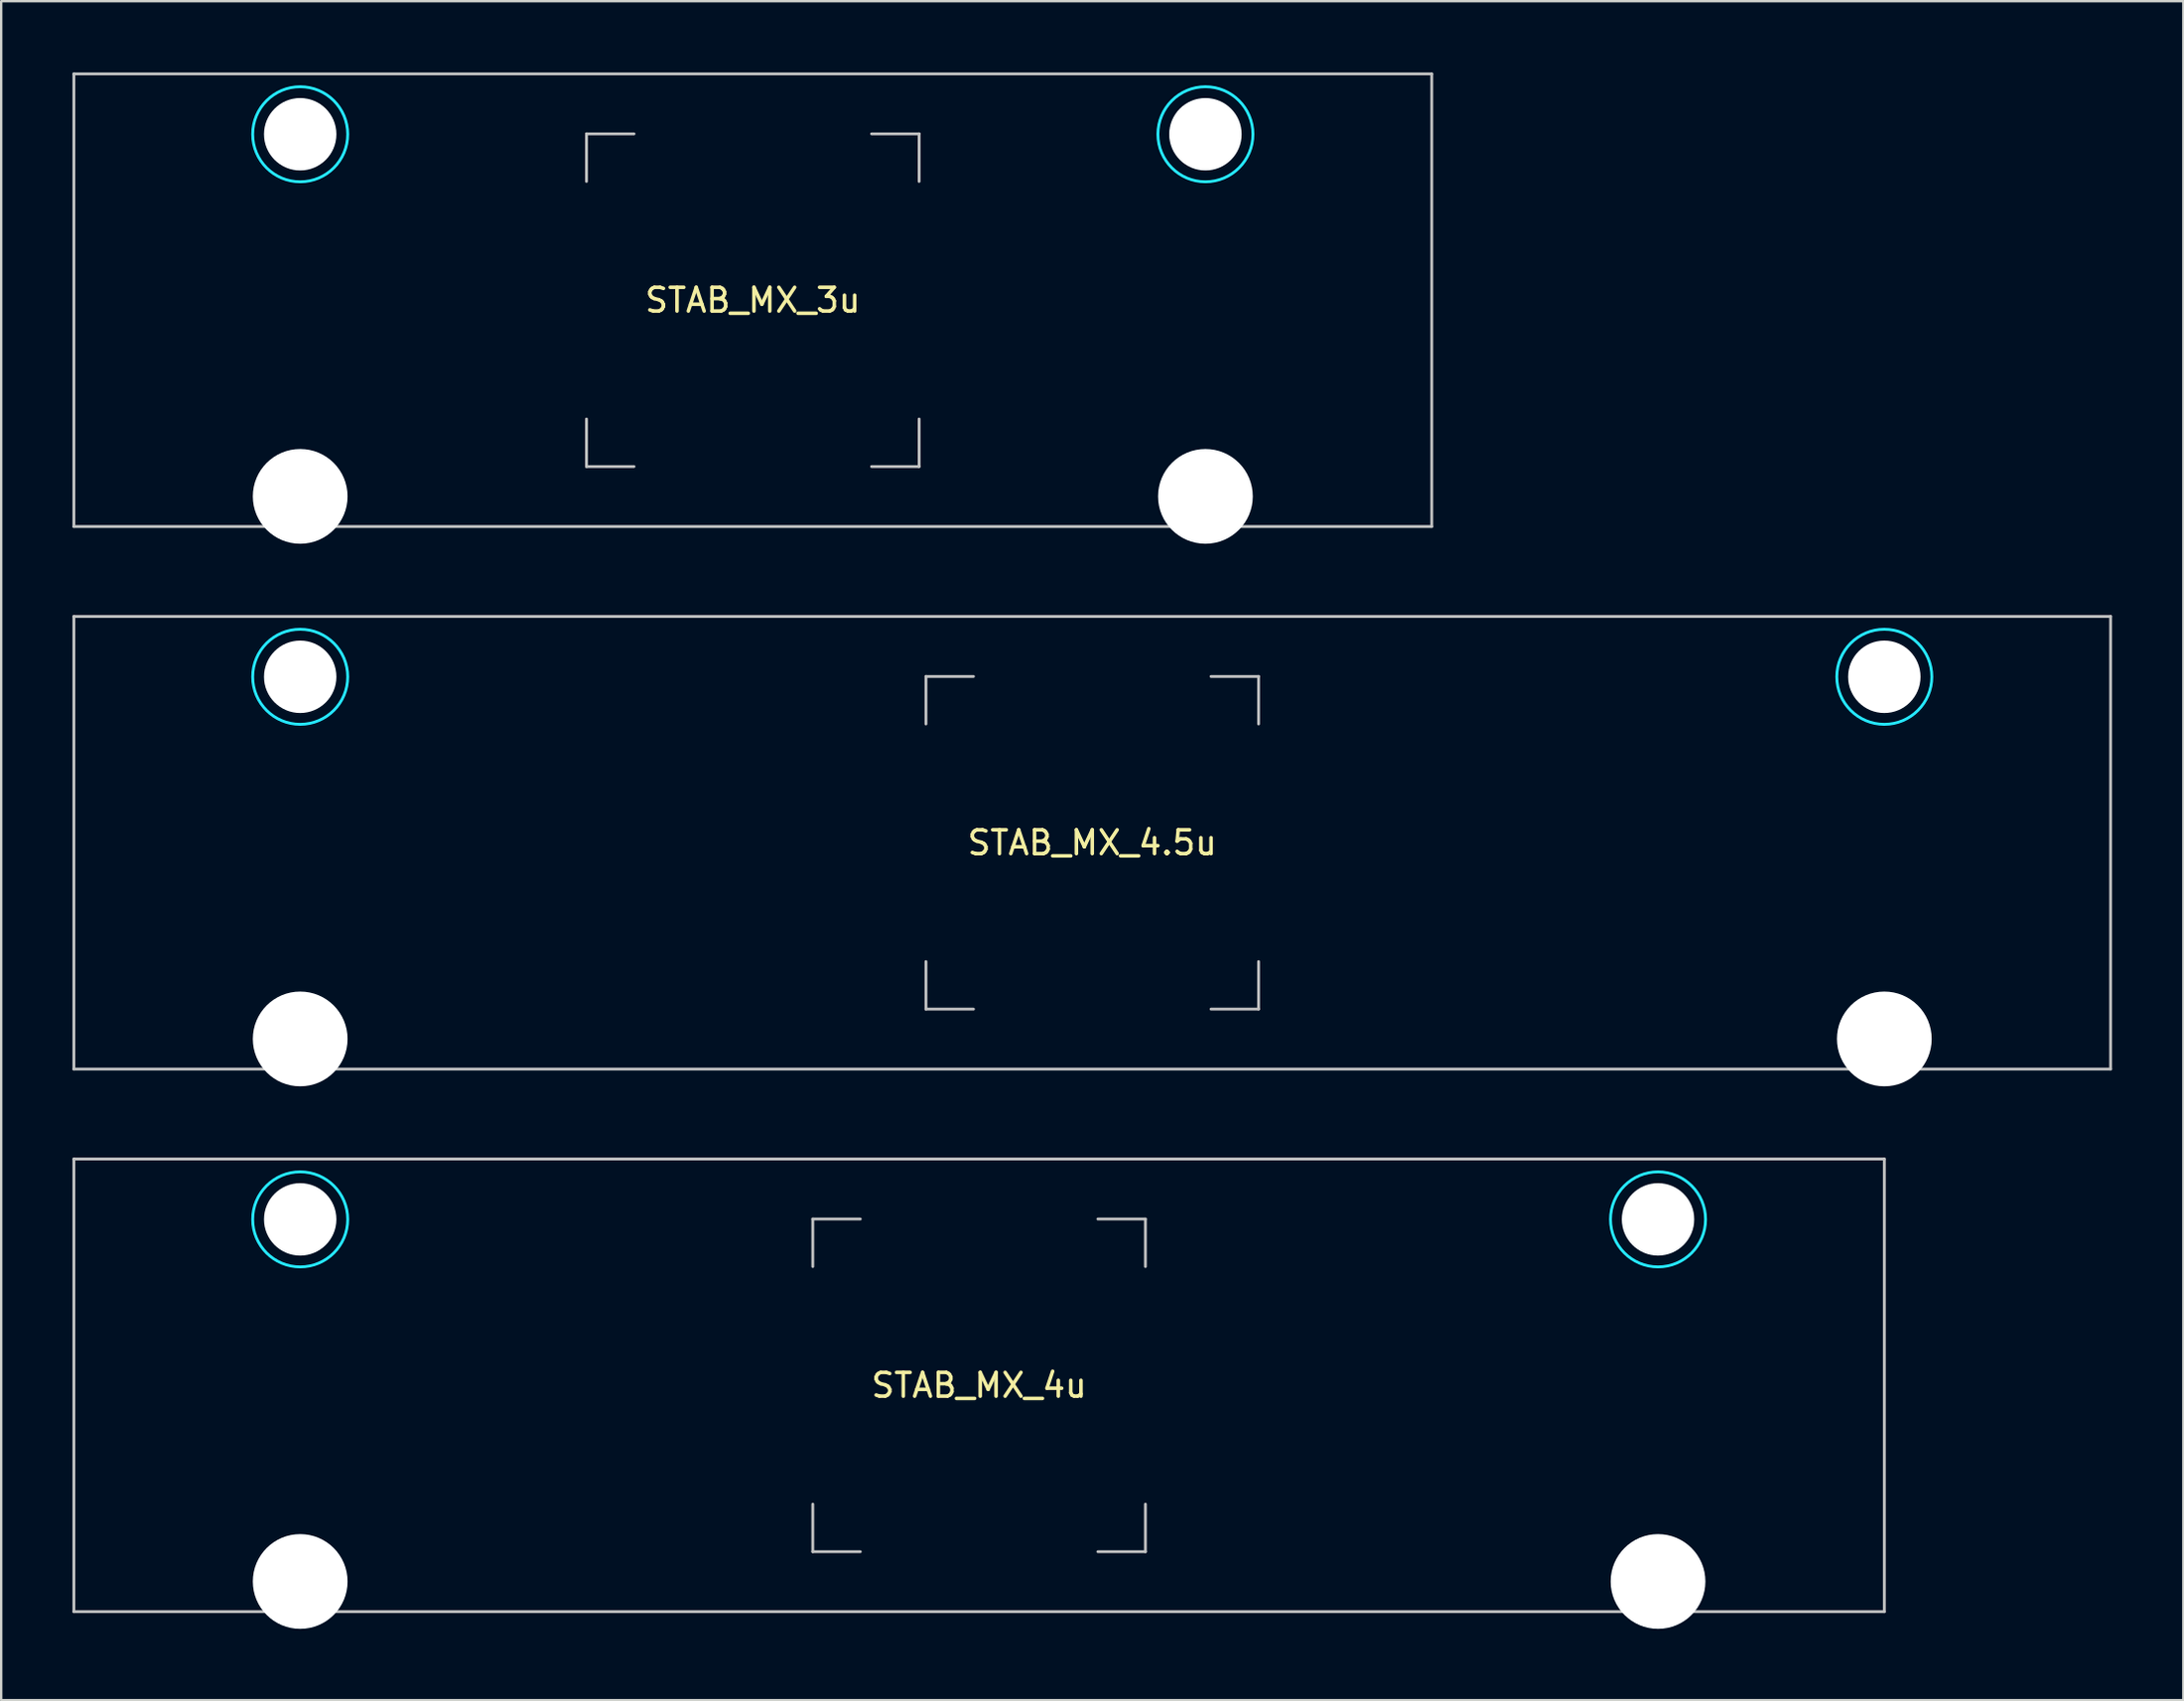
<source format=kicad_pcb>
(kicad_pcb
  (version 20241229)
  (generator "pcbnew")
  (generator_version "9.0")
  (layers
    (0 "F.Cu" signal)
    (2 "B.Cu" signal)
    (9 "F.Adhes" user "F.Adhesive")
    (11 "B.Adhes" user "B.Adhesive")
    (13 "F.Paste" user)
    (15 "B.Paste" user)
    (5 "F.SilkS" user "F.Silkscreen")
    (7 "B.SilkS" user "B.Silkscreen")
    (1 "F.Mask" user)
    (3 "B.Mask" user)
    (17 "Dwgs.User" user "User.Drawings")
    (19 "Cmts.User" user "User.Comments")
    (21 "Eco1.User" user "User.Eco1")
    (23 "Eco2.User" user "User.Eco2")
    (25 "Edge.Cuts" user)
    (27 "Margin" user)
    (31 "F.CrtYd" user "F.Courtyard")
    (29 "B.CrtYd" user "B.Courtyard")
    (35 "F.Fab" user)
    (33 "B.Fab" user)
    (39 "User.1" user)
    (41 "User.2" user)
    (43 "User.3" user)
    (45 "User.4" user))
  (footprint "STAB_MX_4.5u"
    (layer "F.Cu")
    (at 42.922 32.419)
    (property "Reference" "STAB_MX_4.5u" (at 0 0 0) (layer "F.SilkS") (effects (font (size 1 1) (thickness 0.15))))
    (attr through_hole exclude_from_pos_files exclude_from_bom)
    (fp_line (start -42.862 -9.525) (end -42.862 9.525) (stroke (width 0.12) (type solid)) (layer "Dwgs.User"))
    (fp_line (start -42.862 -9.525) (end 42.862 -9.525) (stroke (width 0.12) (type solid)) (layer "Dwgs.User"))
    (fp_line (start -42.862 9.525) (end 42.862 9.525) (stroke (width 0.12) (type solid)) (layer "Dwgs.User"))
    (fp_line (start -7 -7) (end -5 -7) (stroke (width 0.12) (type solid)) (layer "Dwgs.User"))
    (fp_line (start -7 -5) (end -7 -7) (stroke (width 0.12) (type solid)) (layer "Dwgs.User"))
    (fp_line (start -7 7) (end -7 5) (stroke (width 0.12) (type solid)) (layer "Dwgs.User"))
    (fp_line (start -5 7) (end -7 7) (stroke (width 0.12) (type solid)) (layer "Dwgs.User"))
    (fp_line (start 5 -7) (end 7 -7) (stroke (width 0.12) (type solid)) (layer "Dwgs.User"))
    (fp_line (start 5 7) (end 7 7) (stroke (width 0.12) (type solid)) (layer "Dwgs.User"))
    (fp_line (start 7 -7) (end 7 -5) (stroke (width 0.12) (type solid)) (layer "Dwgs.User"))
    (fp_line (start 7 7) (end 7 5) (stroke (width 0.12) (type solid)) (layer "Dwgs.User"))
    (fp_line (start 42.862 -9.525) (end 42.862 9.525) (stroke (width 0.12) (type solid)) (layer "Dwgs.User"))
    (fp_line (start -36.712 -5.5) (end -36.712 7.5) (stroke (width 0.05) (type solid)) (layer "Eco2.User"))
    (fp_line (start -36.212 -6) (end -30.462 -6) (stroke (width 0.05) (type solid)) (layer "Eco2.User"))
    (fp_line (start -36.212 8) (end -30.462 8) (stroke (width 0.05) (type solid)) (layer "Eco2.User"))
    (fp_line (start -29.962 -5.5) (end -29.962 7.5) (stroke (width 0.05) (type solid)) (layer "Eco2.User"))
    (fp_line (start 29.962 -5.5) (end 29.962 7.5) (stroke (width 0.05) (type solid)) (layer "Eco2.User"))
    (fp_line (start 30.462 -6) (end 36.211 -6) (stroke (width 0.05) (type solid)) (layer "Eco2.User"))
    (fp_line (start 30.462 8) (end 36.212 8) (stroke (width 0.05) (type solid)) (layer "Eco2.User"))
    (fp_line (start 36.711 -5.5) (end 36.712 7.5) (stroke (width 0.05) (type solid)) (layer "Eco2.User"))
    (fp_arc (start -36.7125 -5.499999) (mid -36.566053 -5.853552) (end -36.2125 -5.999999) (stroke (width 0.05) (type solid)) (layer "Eco2.User"))
    (fp_arc (start -36.2125 8.000001) (mid -36.566053 7.853554) (end -36.7125 7.500001) (stroke (width 0.05) (type solid)) (layer "Eco2.User"))
    (fp_arc (start -30.4625 -5.999999) (mid -30.108947 -5.853552) (end -29.9625 -5.499999) (stroke (width 0.05) (type solid)) (layer "Eco2.User"))
    (fp_arc (start -29.9625 7.500001) (mid -30.108947 7.853554) (end -30.4625 8.000001) (stroke (width 0.05) (type solid)) (layer "Eco2.User"))
    (fp_arc (start 29.9625 -5.499999) (mid 30.108946 -5.853553) (end 30.4625 -5.999999) (stroke (width 0.05) (type solid)) (layer "Eco2.User"))
    (fp_arc (start 30.4625 8.000001) (mid 30.108946 7.853554) (end 29.9625 7.500001) (stroke (width 0.05) (type solid)) (layer "Eco2.User"))
    (fp_arc (start 36.211289 -5.999999) (mid 36.564849 -5.853556) (end 36.711289 -5.499999) (stroke (width 0.05) (type solid)) (layer "Eco2.User"))
    (fp_arc (start 36.7125 7.500001) (mid 36.566053 7.853554) (end 36.2125 8.000001) (stroke (width 0.05) (type solid)) (layer "Eco2.User"))
    (fp_circle (center -33.337 -6.985) (end -31.337 -6.985) (stroke (width 0.12) (type solid)) (fill no) (layer "B.CrtYd"))
    (fp_circle (center 33.337 -6.985) (end 35.337 -6.985) (stroke (width 0.12) (type solid)) (fill no) (layer "B.CrtYd"))
    (pad "" np_thru_hole circle (at -33.337 -6.985) (size 3.048 3.048) (drill 3.048) (layers "*.Cu" "*.Mask"))
    (pad "" np_thru_hole circle (at -33.337 8.255) (size 3.988 3.988) (drill 3.988) (layers "*.Cu" "*.Mask"))
    (pad "" np_thru_hole circle (at 33.337 -6.985) (size 3.048 3.048) (drill 3.048) (layers "*.Cu" "*.Mask"))
    (pad "" np_thru_hole circle (at 33.337 8.255) (size 3.988 3.988) (drill 3.988) (layers "*.Cu" "*.Mask")))
  (footprint "STAB_MX_3u"
    (layer "F.Cu")
    (at 28.635 9.585)
    (property "Reference" "STAB_MX_3u" (at 0 0 0) (layer "F.SilkS") (effects (font (size 1 1) (thickness 0.15))))
    (attr through_hole exclude_from_pos_files exclude_from_bom)
    (fp_line (start -28.575 -9.525) (end -28.575 9.525) (stroke (width 0.12) (type solid)) (layer "Dwgs.User"))
    (fp_line (start -28.575 -9.525) (end 28.575 -9.525) (stroke (width 0.12) (type solid)) (layer "Dwgs.User"))
    (fp_line (start -28.575 9.525) (end 28.575 9.525) (stroke (width 0.12) (type solid)) (layer "Dwgs.User"))
    (fp_line (start -7 -7) (end -5 -7) (stroke (width 0.12) (type solid)) (layer "Dwgs.User"))
    (fp_line (start -7 -5) (end -7 -7) (stroke (width 0.12) (type solid)) (layer "Dwgs.User"))
    (fp_line (start -7 7) (end -7 5) (stroke (width 0.12) (type solid)) (layer "Dwgs.User"))
    (fp_line (start -5 7) (end -7 7) (stroke (width 0.12) (type solid)) (layer "Dwgs.User"))
    (fp_line (start 5 -7) (end 7 -7) (stroke (width 0.12) (type solid)) (layer "Dwgs.User"))
    (fp_line (start 5 7) (end 7 7) (stroke (width 0.12) (type solid)) (layer "Dwgs.User"))
    (fp_line (start 7 -7) (end 7 -5) (stroke (width 0.12) (type solid)) (layer "Dwgs.User"))
    (fp_line (start 7 7) (end 7 5) (stroke (width 0.12) (type solid)) (layer "Dwgs.User"))
    (fp_line (start 28.575 -9.525) (end 28.575 9.525) (stroke (width 0.12) (type solid)) (layer "Dwgs.User"))
    (fp_line (start -22.425 -5.5) (end -22.425 7.5) (stroke (width 0.05) (type solid)) (layer "Eco2.User"))
    (fp_line (start -21.925 -6) (end -16.175 -6) (stroke (width 0.05) (type solid)) (layer "Eco2.User"))
    (fp_line (start -21.925 8) (end -16.175 8) (stroke (width 0.05) (type solid)) (layer "Eco2.User"))
    (fp_line (start -15.675 -5.5) (end -15.675 7.5) (stroke (width 0.05) (type solid)) (layer "Eco2.User"))
    (fp_line (start 15.675 -5.5) (end 15.675 7.5) (stroke (width 0.05) (type solid)) (layer "Eco2.User"))
    (fp_line (start 16.175 -6) (end 21.924 -6) (stroke (width 0.05) (type solid)) (layer "Eco2.User"))
    (fp_line (start 16.175 8) (end 21.925 8) (stroke (width 0.05) (type solid)) (layer "Eco2.User"))
    (fp_line (start 22.424 -5.5) (end 22.425 7.5) (stroke (width 0.05) (type solid)) (layer "Eco2.User"))
    (fp_arc (start -22.425 -5.499999) (mid -22.278553 -5.853552) (end -21.925 -5.999999) (stroke (width 0.05) (type solid)) (layer "Eco2.User"))
    (fp_arc (start -21.925 8.000001) (mid -22.278553 7.853554) (end -22.425 7.500001) (stroke (width 0.05) (type solid)) (layer "Eco2.User"))
    (fp_arc (start -16.175 -5.999999) (mid -15.821447 -5.853552) (end -15.675 -5.499999) (stroke (width 0.05) (type solid)) (layer "Eco2.User"))
    (fp_arc (start -15.675 7.500001) (mid -15.821447 7.853554) (end -16.175 8.000001) (stroke (width 0.05) (type solid)) (layer "Eco2.User"))
    (fp_arc (start 15.675 -5.499999) (mid 15.821447 -5.853552) (end 16.175 -5.999999) (stroke (width 0.05) (type solid)) (layer "Eco2.User"))
    (fp_arc (start 16.175 8.000001) (mid 15.821447 7.853554) (end 15.675 7.500001) (stroke (width 0.05) (type solid)) (layer "Eco2.User"))
    (fp_arc (start 21.923789 -5.999999) (mid 22.277342 -5.853552) (end 22.423789 -5.499999) (stroke (width 0.05) (type solid)) (layer "Eco2.User"))
    (fp_arc (start 22.425 7.500001) (mid 22.278553 7.853554) (end 21.925 8.000001) (stroke (width 0.05) (type solid)) (layer "Eco2.User"))
    (fp_circle (center -19.05 -6.985) (end -17.05 -6.985) (stroke (width 0.12) (type solid)) (fill no) (layer "B.CrtYd"))
    (fp_circle (center 19.05 -6.985) (end 21.05 -6.985) (stroke (width 0.12) (type solid)) (fill no) (layer "B.CrtYd"))
    (pad "" np_thru_hole circle (at -19.05 -6.985) (size 3.048 3.048) (drill 3.048) (layers "*.Cu" "*.Mask"))
    (pad "" np_thru_hole circle (at -19.05 8.255) (size 3.988 3.988) (drill 3.988) (layers "*.Cu" "*.Mask"))
    (pad "" np_thru_hole circle (at 19.05 -6.985) (size 3.048 3.048) (drill 3.048) (layers "*.Cu" "*.Mask"))
    (pad "" np_thru_hole circle (at 19.05 8.255) (size 3.988 3.988) (drill 3.988) (layers "*.Cu" "*.Mask")))
  (footprint "STAB_MX_4u"
    (layer "F.Cu")
    (at 38.16 55.253)
    (property "Reference" "STAB_MX_4u" (at 0 0 0) (layer "F.SilkS") (effects (font (size 1 1) (thickness 0.15))))
    (attr through_hole exclude_from_pos_files exclude_from_bom)
    (fp_line (start -38.1 -9.525) (end -38.1 9.525) (stroke (width 0.12) (type solid)) (layer "Dwgs.User"))
    (fp_line (start -38.1 -9.525) (end 38.1 -9.525) (stroke (width 0.12) (type solid)) (layer "Dwgs.User"))
    (fp_line (start -38.1 9.525) (end 38.1 9.525) (stroke (width 0.12) (type solid)) (layer "Dwgs.User"))
    (fp_line (start -7 -7) (end -5 -7) (stroke (width 0.12) (type solid)) (layer "Dwgs.User"))
    (fp_line (start -7 -5) (end -7 -7) (stroke (width 0.12) (type solid)) (layer "Dwgs.User"))
    (fp_line (start -7 7) (end -7 5) (stroke (width 0.12) (type solid)) (layer "Dwgs.User"))
    (fp_line (start -5 7) (end -7 7) (stroke (width 0.12) (type solid)) (layer "Dwgs.User"))
    (fp_line (start 5 -7) (end 7 -7) (stroke (width 0.12) (type solid)) (layer "Dwgs.User"))
    (fp_line (start 5 7) (end 7 7) (stroke (width 0.12) (type solid)) (layer "Dwgs.User"))
    (fp_line (start 7 -7) (end 7 -5) (stroke (width 0.12) (type solid)) (layer "Dwgs.User"))
    (fp_line (start 7 7) (end 7 5) (stroke (width 0.12) (type solid)) (layer "Dwgs.User"))
    (fp_line (start 38.1 -9.525) (end 38.1 9.525) (stroke (width 0.12) (type solid)) (layer "Dwgs.User"))
    (fp_line (start -31.95 -5.5) (end -31.95 7.5) (stroke (width 0.05) (type solid)) (layer "Eco2.User"))
    (fp_line (start -31.45 -6) (end -25.7 -6) (stroke (width 0.05) (type solid)) (layer "Eco2.User"))
    (fp_line (start -31.45 8) (end -25.7 8) (stroke (width 0.05) (type solid)) (layer "Eco2.User"))
    (fp_line (start -25.2 -5.5) (end -25.2 7.5) (stroke (width 0.05) (type solid)) (layer "Eco2.User"))
    (fp_line (start 25.2 -5.5) (end 25.2 7.5) (stroke (width 0.05) (type solid)) (layer "Eco2.User"))
    (fp_line (start 25.7 -6) (end 31.449 -6) (stroke (width 0.05) (type solid)) (layer "Eco2.User"))
    (fp_line (start 25.7 8) (end 31.45 8) (stroke (width 0.05) (type solid)) (layer "Eco2.User"))
    (fp_line (start 31.949 -5.5) (end 31.95 7.5) (stroke (width 0.05) (type solid)) (layer "Eco2.User"))
    (fp_arc (start -31.95 -5.499999) (mid -31.803553 -5.853552) (end -31.45 -5.999999) (stroke (width 0.05) (type solid)) (layer "Eco2.User"))
    (fp_arc (start -31.45 8.000001) (mid -31.803553 7.853554) (end -31.95 7.500001) (stroke (width 0.05) (type solid)) (layer "Eco2.User"))
    (fp_arc (start -25.7 -5.999999) (mid -25.346447 -5.853552) (end -25.2 -5.499999) (stroke (width 0.05) (type solid)) (layer "Eco2.User"))
    (fp_arc (start -25.2 7.500001) (mid -25.346447 7.853554) (end -25.7 8.000001) (stroke (width 0.05) (type solid)) (layer "Eco2.User"))
    (fp_arc (start 25.2 -5.499999) (mid 25.346447 -5.853552) (end 25.7 -5.999999) (stroke (width 0.05) (type solid)) (layer "Eco2.User"))
    (fp_arc (start 25.7 8.000001) (mid 25.346447 7.853554) (end 25.2 7.500001) (stroke (width 0.05) (type solid)) (layer "Eco2.User"))
    (fp_arc (start 31.448789 -5.999999) (mid 31.802342 -5.853552) (end 31.948789 -5.499999) (stroke (width 0.05) (type solid)) (layer "Eco2.User"))
    (fp_arc (start 31.95 7.500001) (mid 31.803553 7.853554) (end 31.45 8.000001) (stroke (width 0.05) (type solid)) (layer "Eco2.User"))
    (fp_circle (center -28.575 -6.985) (end -26.575 -6.985) (stroke (width 0.12) (type solid)) (fill no) (layer "B.CrtYd"))
    (fp_circle (center 28.575 -6.985) (end 30.575 -6.985) (stroke (width 0.12) (type solid)) (fill no) (layer "B.CrtYd"))
    (pad "" np_thru_hole circle (at -28.575 -6.985) (size 3.048 3.048) (drill 3.048) (layers "*.Cu" "*.Mask"))
    (pad "" np_thru_hole circle (at -28.575 8.255) (size 3.988 3.988) (drill 3.988) (layers "*.Cu" "*.Mask"))
    (pad "" np_thru_hole circle (at 28.575 -6.985) (size 3.048 3.048) (drill 3.048) (layers "*.Cu" "*.Mask"))
    (pad "" np_thru_hole circle (at 28.575 8.255) (size 3.988 3.988) (drill 3.988) (layers "*.Cu" "*.Mask")))
  (gr_rect
    (start -3 -3)
    (end 88.845 68.502)
    (stroke (width 0.1) (type default))
    (fill no)
    (layer "Edge.Cuts")))
</source>
